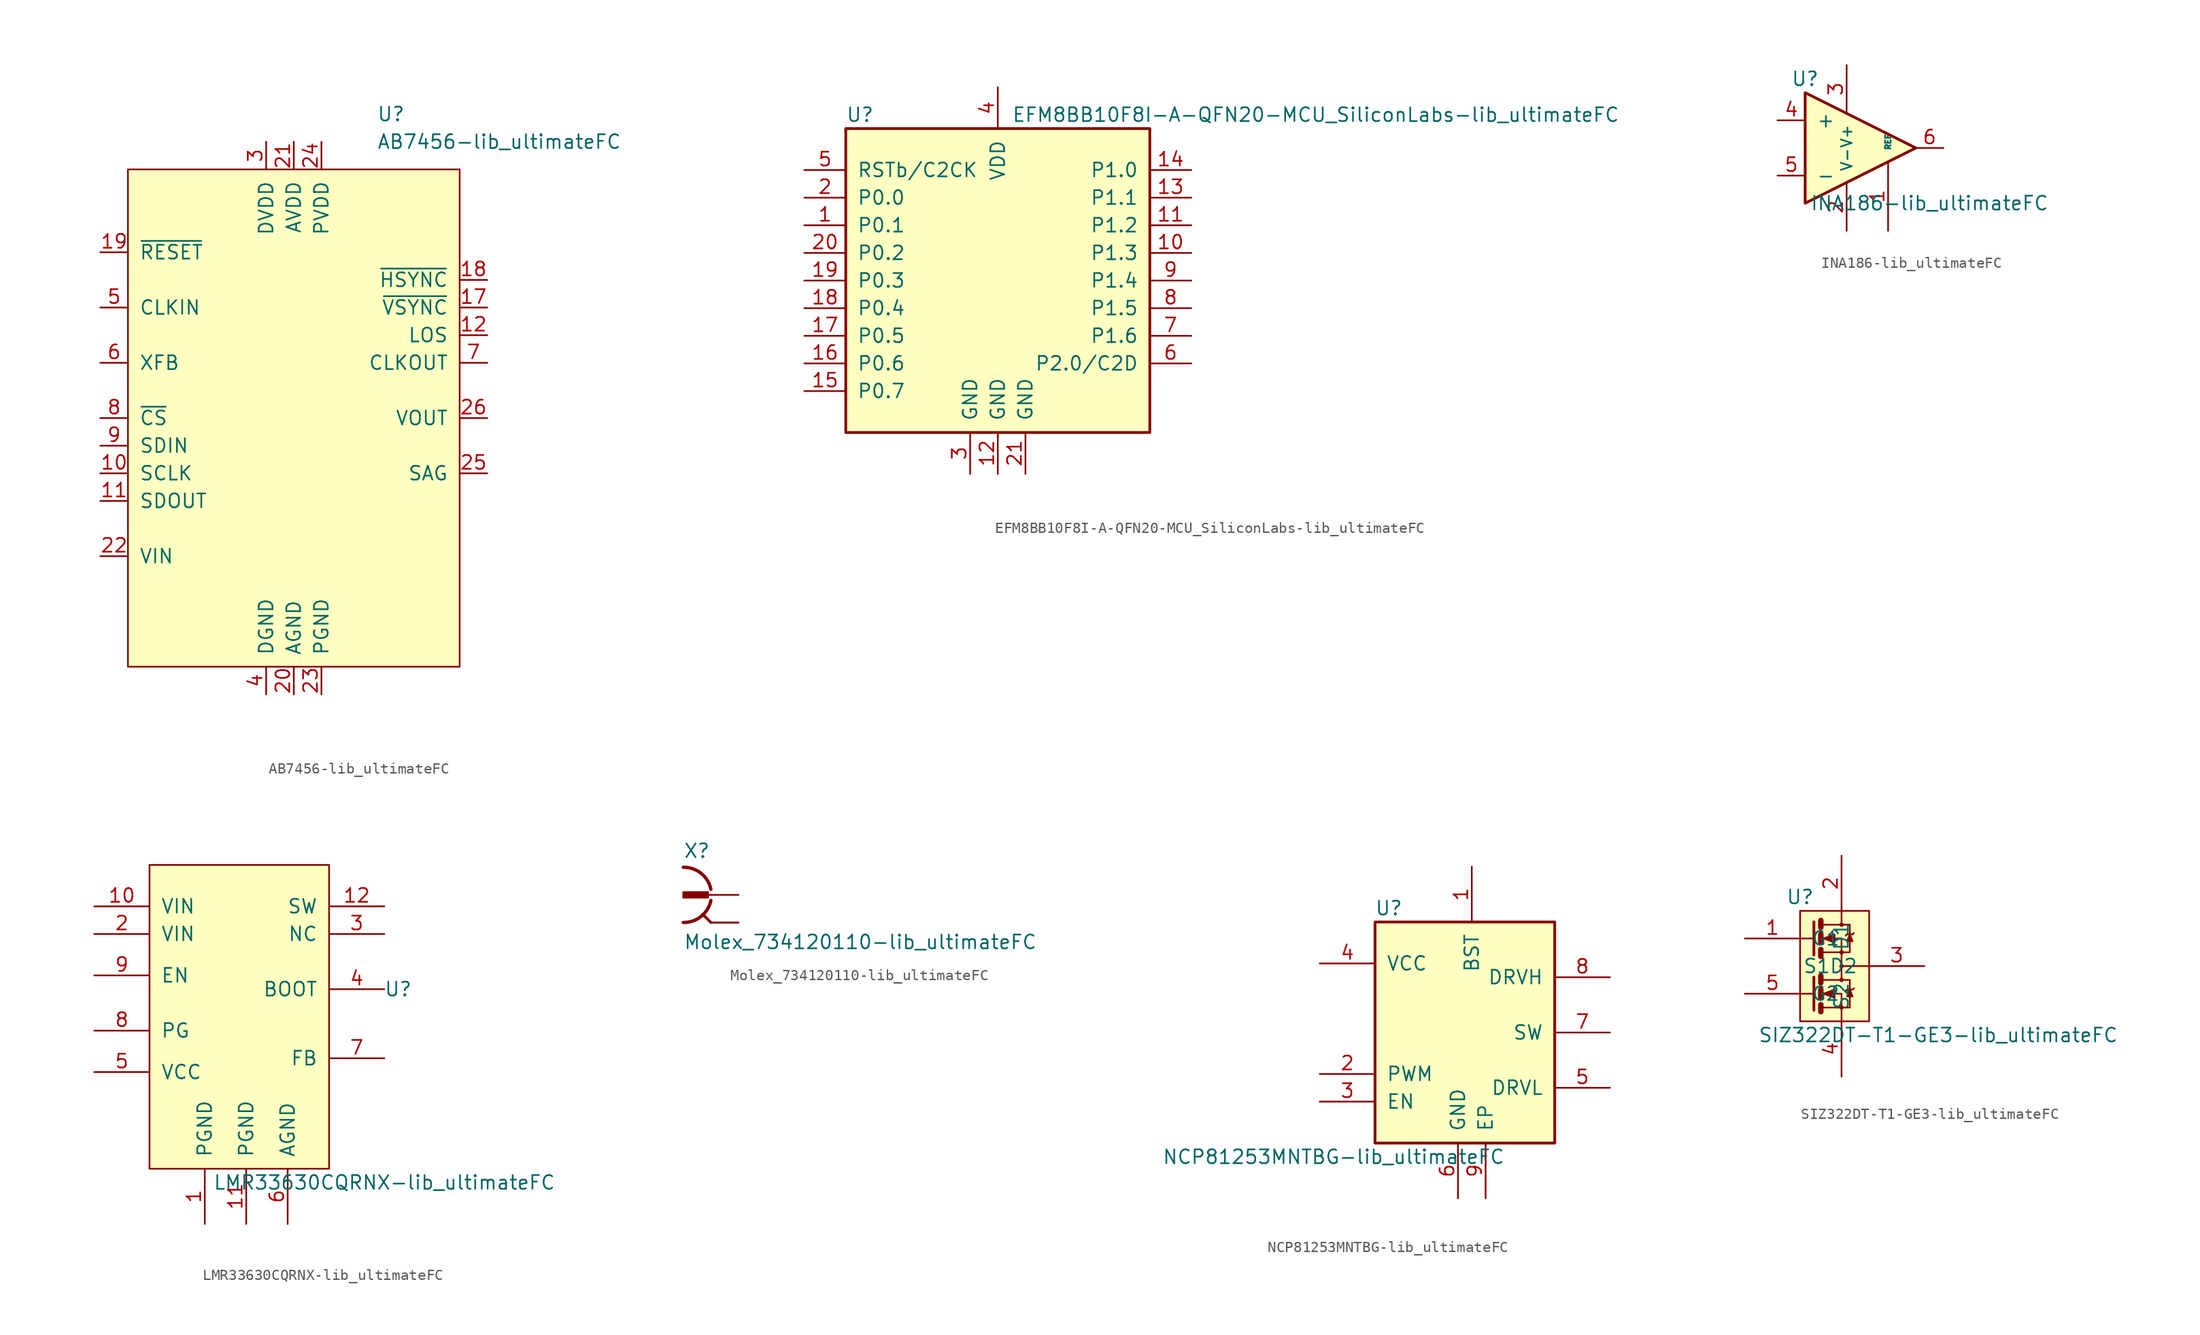
<source format=kicad_sym>
(kicad_symbol_lib
  (version 20211014)
  (generator kicad_symbol_editor)
  (symbol "AB7456-lib_ultimateFC"
    (pin_names
      (offset 1.016))
    (property "Reference" "U"
      (at 7.62 27.94 0)
      (effects (font (size 1.27 1.27)) (justify left)))
    (property "Value" "AB7456-lib_ultimateFC"
      (at 7.62 25.4 0)
      (effects (font (size 1.27 1.27)) (justify left)))
    (symbol "AB7456-lib_ultimateFC_0_1"
      (rectangle (start -15.24 22.86) (end 15.24 -22.86) (stroke (width 0) (type default) (color 0 0 0 0)) (fill (type background))))
    (symbol "AB7456-lib_ultimateFC_1_1"
      (pin no_connect line (at -15.24 20.32 0) (length 0) hide (name "NC" (effects (font (size 1.27 1.27)))) (number "1" (effects (font (size 1.27 1.27)))))
      (pin input line (at -17.78 -5.08 0) (length 2.54) (name "SCLK" (effects (font (size 1.27 1.27)))) (number "10" (effects (font (size 1.27 1.27)))))
      (pin output line (at -17.78 -7.62 0) (length 2.54) (name "SDOUT" (effects (font (size 1.27 1.27)))) (number "11" (effects (font (size 1.27 1.27)))))
      (pin open_collector line (at 17.78 7.62 180) (length 2.54) (name "LOS" (effects (font (size 1.27 1.27)))) (number "12" (effects (font (size 1.27 1.27)))))
      (pin no_connect line (at -15.24 -17.78 0) (length 0) hide (name "NC" (effects (font (size 1.27 1.27)))) (number "13" (effects (font (size 1.27 1.27)))))
      (pin no_connect line (at -15.24 -20.32 0) (length 0) hide (name "NC" (effects (font (size 1.27 1.27)))) (number "14" (effects (font (size 1.27 1.27)))))
      (pin no_connect line (at 15.24 -20.32 180) (length 0) hide (name "NC" (effects (font (size 1.27 1.27)))) (number "15" (effects (font (size 1.27 1.27)))))
      (pin no_connect line (at 15.24 -17.78 180) (length 0) hide (name "NC" (effects (font (size 1.27 1.27)))) (number "16" (effects (font (size 1.27 1.27)))))
      (pin open_collector line (at 17.78 10.16 180) (length 2.54) (name "~{VSYNC}" (effects (font (size 1.27 1.27)))) (number "17" (effects (font (size 1.27 1.27)))))
      (pin open_collector line (at 17.78 12.7 180) (length 2.54) (name "~{HSYNC}" (effects (font (size 1.27 1.27)))) (number "18" (effects (font (size 1.27 1.27)))))
      (pin input line (at -17.78 15.24 0) (length 2.54) (name "~{RESET}" (effects (font (size 1.27 1.27)))) (number "19" (effects (font (size 1.27 1.27)))))
      (pin no_connect line (at -15.24 17.78 0) (length 0) hide (name "NC" (effects (font (size 1.27 1.27)))) (number "2" (effects (font (size 1.27 1.27)))))
      (pin power_in line (at 0 -25.4 90) (length 2.54) (name "AGND" (effects (font (size 1.27 1.27)))) (number "20" (effects (font (size 1.27 1.27)))))
      (pin power_in line (at 0 25.4 270) (length 2.54) (name "AVDD" (effects (font (size 1.27 1.27)))) (number "21" (effects (font (size 1.27 1.27)))))
      (pin input line (at -17.78 -12.7 0) (length 2.54) (name "VIN" (effects (font (size 1.27 1.27)))) (number "22" (effects (font (size 1.27 1.27)))))
      (pin power_in line (at 2.54 -25.4 90) (length 2.54) (name "PGND" (effects (font (size 1.27 1.27)))) (number "23" (effects (font (size 1.27 1.27)))))
      (pin power_in line (at 2.54 25.4 270) (length 2.54) (name "PVDD" (effects (font (size 1.27 1.27)))) (number "24" (effects (font (size 1.27 1.27)))))
      (pin input line (at 17.78 -5.08 180) (length 2.54) (name "SAG" (effects (font (size 1.27 1.27)))) (number "25" (effects (font (size 1.27 1.27)))))
      (pin output line (at 17.78 0 180) (length 2.54) (name "VOUT" (effects (font (size 1.27 1.27)))) (number "26" (effects (font (size 1.27 1.27)))))
      (pin no_connect line (at 15.24 17.78 180) (length 0) hide (name "NC" (effects (font (size 1.27 1.27)))) (number "27" (effects (font (size 1.27 1.27)))))
      (pin no_connect line (at 15.24 20.32 180) (length 0) hide (name "NC" (effects (font (size 1.27 1.27)))) (number "28" (effects (font (size 1.27 1.27)))))
      (pin power_in line (at -2.54 25.4 270) (length 2.54) (name "DVDD" (effects (font (size 1.27 1.27)))) (number "3" (effects (font (size 1.27 1.27)))))
      (pin power_in line (at -2.54 -25.4 90) (length 2.54) (name "DGND" (effects (font (size 1.27 1.27)))) (number "4" (effects (font (size 1.27 1.27)))))
      (pin input line (at -17.78 10.16 0) (length 2.54) (name "CLKIN" (effects (font (size 1.27 1.27)))) (number "5" (effects (font (size 1.27 1.27)))))
      (pin output line (at -17.78 5.08 0) (length 2.54) (name "XFB" (effects (font (size 1.27 1.27)))) (number "6" (effects (font (size 1.27 1.27)))))
      (pin output line (at 17.78 5.08 180) (length 2.54) (name "CLKOUT" (effects (font (size 1.27 1.27)))) (number "7" (effects (font (size 1.27 1.27)))))
      (pin input line (at -17.78 0 0) (length 2.54) (name "~{CS}" (effects (font (size 1.27 1.27)))) (number "8" (effects (font (size 1.27 1.27)))))
      (pin input line (at -17.78 -2.54 0) (length 2.54) (name "SDIN" (effects (font (size 1.27 1.27)))) (number "9" (effects (font (size 1.27 1.27)))))))
  (symbol "EFM8BB10F8I-A-QFN20-MCU_SiliconLabs-lib_ultimateFC"
    (pin_names
      (offset 1.016))
    (property "Reference" "U"
      (at -13.97 15.24 0)
      (effects (font (size 1.27 1.27)) (justify left)))
    (property "Value" "EFM8BB10F8I-A-QFN20-MCU_SiliconLabs-lib_ultimateFC"
      (at 1.27 15.24 0)
      (effects (font (size 1.27 1.27)) (justify left)))
    (symbol "EFM8BB10F8I-A-QFN20-MCU_SiliconLabs-lib_ultimateFC_0_1"
      (rectangle (start -13.97 13.97) (end 13.97 -13.97) (stroke (width 0.254) (type default) (color 0 0 0 0)) (fill (type background)))
      (pin bidirectional line (at -17.78 5.08 0) (length 3.81) (name "P0.1" (effects (font (size 1.27 1.27)))) (number "1" (effects (font (size 1.27 1.27)))))
      (pin bidirectional line (at 17.78 2.54 180) (length 3.81) (name "P1.3" (effects (font (size 1.27 1.27)))) (number "10" (effects (font (size 1.27 1.27)))))
      (pin bidirectional line (at 17.78 5.08 180) (length 3.81) (name "P1.2" (effects (font (size 1.27 1.27)))) (number "11" (effects (font (size 1.27 1.27)))))
      (pin power_in line (at 0 -17.78 90) (length 3.81) (name "GND" (effects (font (size 1.27 1.27)))) (number "12" (effects (font (size 1.27 1.27)))))
      (pin bidirectional line (at 17.78 7.62 180) (length 3.81) (name "P1.1" (effects (font (size 1.27 1.27)))) (number "13" (effects (font (size 1.27 1.27)))))
      (pin bidirectional line (at 17.78 10.16 180) (length 3.81) (name "P1.0" (effects (font (size 1.27 1.27)))) (number "14" (effects (font (size 1.27 1.27)))))
      (pin bidirectional line (at -17.78 -10.16 0) (length 3.81) (name "P0.7" (effects (font (size 1.27 1.27)))) (number "15" (effects (font (size 1.27 1.27)))))
      (pin bidirectional line (at -17.78 -7.62 0) (length 3.81) (name "P0.6" (effects (font (size 1.27 1.27)))) (number "16" (effects (font (size 1.27 1.27)))))
      (pin bidirectional line (at -17.78 -5.08 0) (length 3.81) (name "P0.5" (effects (font (size 1.27 1.27)))) (number "17" (effects (font (size 1.27 1.27)))))
      (pin bidirectional line (at -17.78 -2.54 0) (length 3.81) (name "P0.4" (effects (font (size 1.27 1.27)))) (number "18" (effects (font (size 1.27 1.27)))))
      (pin bidirectional line (at -17.78 0 0) (length 3.81) (name "P0.3" (effects (font (size 1.27 1.27)))) (number "19" (effects (font (size 1.27 1.27)))))
      (pin bidirectional line (at -17.78 7.62 0) (length 3.81) (name "P0.0" (effects (font (size 1.27 1.27)))) (number "2" (effects (font (size 1.27 1.27)))))
      (pin bidirectional line (at -17.78 2.54 0) (length 3.81) (name "P0.2" (effects (font (size 1.27 1.27)))) (number "20" (effects (font (size 1.27 1.27)))))
      (pin power_in line (at 2.54 -17.78 90) (length 3.81) (name "GND" (effects (font (size 1.27 1.27)))) (number "21" (effects (font (size 1.27 1.27)))))
      (pin power_in line (at -2.54 -17.78 90) (length 3.81) (name "GND" (effects (font (size 1.27 1.27)))) (number "3" (effects (font (size 1.27 1.27)))))
      (pin power_in line (at 0 17.78 270) (length 3.81) (name "VDD" (effects (font (size 1.27 1.27)))) (number "4" (effects (font (size 1.27 1.27)))))
      (pin input line (at -17.78 10.16 0) (length 3.81) (name "RSTb/C2CK" (effects (font (size 1.27 1.27)))) (number "5" (effects (font (size 1.27 1.27)))))
      (pin bidirectional line (at 17.78 -7.62 180) (length 3.81) (name "P2.0/C2D" (effects (font (size 1.27 1.27)))) (number "6" (effects (font (size 1.27 1.27)))))
      (pin bidirectional line (at 17.78 -5.08 180) (length 3.81) (name "P1.6" (effects (font (size 1.27 1.27)))) (number "7" (effects (font (size 1.27 1.27)))))
      (pin bidirectional line (at 17.78 -2.54 180) (length 3.81) (name "P1.5" (effects (font (size 1.27 1.27)))) (number "8" (effects (font (size 1.27 1.27)))))
      (pin bidirectional line (at 17.78 0 180) (length 3.81) (name "P1.4" (effects (font (size 1.27 1.27)))) (number "9" (effects (font (size 1.27 1.27)))))))
  (symbol "INA186-lib_ultimateFC"
    (pin_names
      (offset 1.016))
    (property "Reference" "U"
      (at -2.54 6.35 0)
      (effects (font (size 1.27 1.27))))
    (property "Value" "INA186-lib_ultimateFC"
      (at 8.89 -5.08 0)
      (effects (font (size 1.27 1.27))))
    (symbol "INA186-lib_ultimateFC_1_1"
      (polyline (pts (xy 7.62 0) (xy -2.54 5.08) (xy -2.54 -5.08) (xy 7.62 0)) (stroke (width 0.254) (type default) (color 0 0 0 0)) (fill (type background)))
      (pin input line (at 5.08 -7.62 90) (length 6.35) (name "REF" (effects (font (size 0.508 0.508)))) (number "1" (effects (font (size 1.27 1.27)))))
      (pin power_in line (at 1.27 -7.62 90) (length 4.394) (name "V-" (effects (font (size 0.991 0.991)))) (number "2" (effects (font (size 1.27 1.27)))))
      (pin power_in line (at 1.27 7.62 270) (length 4.394) (name "V+" (effects (font (size 0.991 0.991)))) (number "3" (effects (font (size 1.27 1.27)))))
      (pin input line (at -5.08 2.54 0) (length 2.54) (name "+" (effects (font (size 1.27 1.27)))) (number "4" (effects (font (size 1.27 1.27)))))
      (pin input line (at -5.08 -2.54 0) (length 2.54) (name "-" (effects (font (size 1.27 1.27)))) (number "5" (effects (font (size 1.27 1.27)))))
      (pin output line (at 10.16 0 180) (length 2.54) (name "~" (effects (font (size 1.27 1.27)))) (number "6" (effects (font (size 1.27 1.27)))))))
  (symbol "LMR33630CQRNX-lib_ultimateFC"
    (pin_names
      (offset 1.016))
    (property "Reference" "U"
      (at 13.97 0 0)
      (effects (font (size 1.27 1.27))))
    (property "Value" "LMR33630CQRNX-lib_ultimateFC"
      (at 12.7 -17.78 0)
      (effects (font (size 1.27 1.27))))
    (symbol "LMR33630CQRNX-lib_ultimateFC_0_1"
      (rectangle (start -8.89 11.43) (end 7.62 -16.51) (stroke (width 0) (type default) (color 0 0 0 0)) (fill (type background))))
    (symbol "LMR33630CQRNX-lib_ultimateFC_1_1"
      (pin input line (at -3.81 -21.59 90) (length 5.08) (name "PGND" (effects (font (size 1.27 1.27)))) (number "1" (effects (font (size 1.27 1.27)))))
      (pin input line (at -13.97 7.62 0) (length 5.08) (name "VIN" (effects (font (size 1.27 1.27)))) (number "10" (effects (font (size 1.27 1.27)))))
      (pin input line (at 0 -21.59 90) (length 5.08) (name "PGND" (effects (font (size 1.27 1.27)))) (number "11" (effects (font (size 1.27 1.27)))))
      (pin input line (at 12.7 7.62 180) (length 5.08) (name "SW" (effects (font (size 1.27 1.27)))) (number "12" (effects (font (size 1.27 1.27)))))
      (pin input line (at -13.97 5.08 0) (length 5.08) (name "VIN" (effects (font (size 1.27 1.27)))) (number "2" (effects (font (size 1.27 1.27)))))
      (pin input line (at 12.7 5.08 180) (length 5.08) (name "NC" (effects (font (size 1.27 1.27)))) (number "3" (effects (font (size 1.27 1.27)))))
      (pin input line (at 12.7 0 180) (length 5.08) (name "BOOT" (effects (font (size 1.27 1.27)))) (number "4" (effects (font (size 1.27 1.27)))))
      (pin input line (at -13.97 -7.62 0) (length 5.08) (name "VCC" (effects (font (size 1.27 1.27)))) (number "5" (effects (font (size 1.27 1.27)))))
      (pin input line (at 3.81 -21.59 90) (length 5.08) (name "AGND" (effects (font (size 1.27 1.27)))) (number "6" (effects (font (size 1.27 1.27)))))
      (pin input line (at 12.7 -6.35 180) (length 5.08) (name "FB" (effects (font (size 1.27 1.27)))) (number "7" (effects (font (size 1.27 1.27)))))
      (pin input line (at -13.97 -3.81 0) (length 5.08) (name "PG" (effects (font (size 1.27 1.27)))) (number "8" (effects (font (size 1.27 1.27)))))
      (pin input line (at -13.97 1.27 0) (length 5.08) (name "EN" (effects (font (size 1.27 1.27)))) (number "9" (effects (font (size 1.27 1.27)))))))
  (symbol "Molex_734120110-lib_ultimateFC"
    (pin_numbers hide)
    (pin_names
      (offset 1.016) hide)
    (property "Reference" "X"
      (at -2.54 3.302 0)
      (effects (font (size 1.27 1.27)) (justify left bottom)))
    (property "Value" "Molex_734120110-lib_ultimateFC"
      (at -2.54 -5.08 0)
      (effects (font (size 1.27 1.27)) (justify left bottom)))
    (symbol "Molex_734120110-lib_ultimateFC_0_0"
      (arc (start -2.54 -2.54) (mid -0.9022 -1.9838) (end 0 -0.508) (stroke (width 0.3048) (type default) (color 0 0 0 0)) (fill (type none)))
      (rectangle (start -2.54 -0.254) (end -0.254 0.254) (stroke (width 0) (type default) (color 0 0 0 0)) (fill (type outline)))
      (polyline (pts (xy 0 -2.54) (xy -0.762 -1.778)) (stroke (width 0.254) (type default) (color 0 0 0 0)) (fill (type none)))
      (polyline (pts (xy 0 0) (xy -0.508 0)) (stroke (width 0.152) (type default) (color 0 0 0 0)) (fill (type none)))
      (arc (start 0 0.508) (mid -0.9022 1.9838) (end -2.54 2.54) (stroke (width 0.3048) (type default) (color 0 0 0 0)) (fill (type none)))
      (pin passive line (at 2.54 0 180) (length 2.54) (name "1" (effects (font (size 1.016 1.016)))) (number "1" (effects (font (size 1.016 1.016)))))
      (pin passive line (at 2.54 -2.54 180) (length 2.54) (name "2" (effects (font (size 1.016 1.016)))) (number "S@1" (effects (font (size 1.016 1.016)))))
      (pin passive line (at 2.54 -2.54 180) (length 2.54) (name "2" (effects (font (size 1.016 1.016)))) (number "S@2" (effects (font (size 1.016 1.016)))))
      (pin passive line (at 2.54 -2.54 180) (length 2.54) (name "2" (effects (font (size 1.016 1.016)))) (number "S@3" (effects (font (size 1.016 1.016)))))))
  (symbol "NCP81253MNTBG-lib_ultimateFC"
    (pin_names
      (offset 1.016))
    (property "Reference" "U"
      (at -7.62 11.43 0)
      (effects (font (size 1.27 1.27))))
    (property "Value" "NCP81253MNTBG-lib_ultimateFC"
      (at -12.7 -11.43 0)
      (effects (font (size 1.27 1.27))))
    (symbol "NCP81253MNTBG-lib_ultimateFC_1_1"
      (rectangle (start -8.89 -10.16) (end 7.62 10.16) (stroke (width 0.254) (type default) (color 0 0 0 0)) (fill (type background)))
      (pin input line (at 0 15.24 270) (length 5.08) (name "BST" (effects (font (size 1.27 1.27)))) (number "1" (effects (font (size 1.27 1.27)))))
      (pin input line (at -13.97 -3.81 0) (length 5.08) (name "PWM" (effects (font (size 1.27 1.27)))) (number "2" (effects (font (size 1.27 1.27)))))
      (pin input line (at -13.97 -6.35 0) (length 5.08) (name "EN" (effects (font (size 1.27 1.27)))) (number "3" (effects (font (size 1.27 1.27)))))
      (pin power_in line (at -13.97 6.35 0) (length 5.08) (name "VCC" (effects (font (size 1.27 1.27)))) (number "4" (effects (font (size 1.27 1.27)))))
      (pin output line (at 12.7 -5.08 180) (length 5.08) (name "DRVL" (effects (font (size 1.27 1.27)))) (number "5" (effects (font (size 1.27 1.27)))))
      (pin power_in line (at -1.27 -15.24 90) (length 5.08) (name "GND" (effects (font (size 1.27 1.27)))) (number "6" (effects (font (size 1.27 1.27)))))
      (pin passive line (at 12.7 0 180) (length 5.08) (name "SW" (effects (font (size 1.27 1.27)))) (number "7" (effects (font (size 1.27 1.27)))))
      (pin output line (at 12.7 5.08 180) (length 5.08) (name "DRVH" (effects (font (size 1.27 1.27)))) (number "8" (effects (font (size 1.27 1.27)))))
      (pin power_in line (at 1.27 -15.24 90) (length 5.08) (name "EP" (effects (font (size 1.27 1.27)))) (number "9" (effects (font (size 1.27 1.27)))))))
  (symbol "SIZ322DT-T1-GE3-lib_ultimateFC"
    (pin_names
      (offset 1.016))
    (property "Reference" "U"
      (at -3.81 6.35 0)
      (effects (font (size 1.27 1.27))))
    (property "Value" "SIZ322DT-T1-GE3-lib_ultimateFC"
      (at 8.89 -6.35 0)
      (effects (font (size 1.27 1.27))))
    (symbol "SIZ322DT-T1-GE3-lib_ultimateFC_1_1"
      (rectangle (start -3.81 5.08) (end 2.54 -5.08) (stroke (width 0) (type default) (color 0 0 0 0)) (fill (type background)))
      (circle (center 0 -3.81) (radius 0.127) (stroke (width 0) (type default) (color 0 0 0 0)) (fill (type none)))
      (circle (center 0 -1.27) (radius 0.127) (stroke (width 0) (type default) (color 0 0 0 0)) (fill (type none)))
      (polyline (pts (xy -3.81 -2.54) (xy -2.54 -2.54)) (stroke (width 0) (type default) (color 0 0 0 0)) (fill (type none)))
      (polyline (pts (xy -3.81 2.54) (xy -2.54 2.54)) (stroke (width 0) (type default) (color 0 0 0 0)) (fill (type none)))
      (polyline (pts (xy -1.905 -3.556) (xy -1.905 -4.191)) (stroke (width 0.508) (type default) (color 0 0 0 0)) (fill (type none)))
      (polyline (pts (xy -1.905 -2.159) (xy -1.905 -2.921)) (stroke (width 0.508) (type default) (color 0 0 0 0)) (fill (type none)))
      (polyline (pts (xy -1.905 -0.889) (xy -1.905 -1.524)) (stroke (width 0.508) (type default) (color 0 0 0 0)) (fill (type none)))
      (polyline (pts (xy -1.905 1.524) (xy -1.905 0.889)) (stroke (width 0.508) (type default) (color 0 0 0 0)) (fill (type none)))
      (polyline (pts (xy -1.905 2.921) (xy -1.905 2.159)) (stroke (width 0.508) (type default) (color 0 0 0 0)) (fill (type none)))
      (polyline (pts (xy -1.905 4.191) (xy -1.905 3.556)) (stroke (width 0.508) (type default) (color 0 0 0 0)) (fill (type none)))
      (polyline (pts (xy 0 0) (xy 2.54 0)) (stroke (width 0) (type default) (color 0 0 0 0)) (fill (type none)))
      (polyline (pts (xy 0.508 -2.159) (xy 0.381 -2.286)) (stroke (width 0) (type default) (color 0 0 0 0)) (fill (type none)))
      (polyline (pts (xy 0.508 -2.159) (xy 1.016 -2.159)) (stroke (width 0) (type default) (color 0 0 0 0)) (fill (type none)))
      (polyline (pts (xy 0.508 2.921) (xy 0.381 2.794)) (stroke (width 0) (type default) (color 0 0 0 0)) (fill (type none)))
      (polyline (pts (xy 0.508 2.921) (xy 1.016 2.921)) (stroke (width 0) (type default) (color 0 0 0 0)) (fill (type none)))
      (polyline (pts (xy 1.016 -2.159) (xy 1.143 -2.032)) (stroke (width 0) (type default) (color 0 0 0 0)) (fill (type none)))
      (polyline (pts (xy 1.016 2.921) (xy 1.143 3.048)) (stroke (width 0) (type default) (color 0 0 0 0)) (fill (type none)))
      (polyline (pts (xy -2.54 -1.016) (xy -2.54 -4.064) (xy -2.54 -4.064)) (stroke (width 0.254) (type default) (color 0 0 0 0)) (fill (type none)))
      (polyline (pts (xy -2.54 4.064) (xy -2.54 1.016) (xy -2.54 1.016)) (stroke (width 0.254) (type default) (color 0 0 0 0)) (fill (type none)))
      (polyline (pts (xy -1.778 -3.81) (xy 0 -3.81) (xy 0 -5.08) (xy 0 -5.08)) (stroke (width 0) (type default) (color 0 0 0 0)) (fill (type none)))
      (polyline (pts (xy -1.778 -1.27) (xy 0 -1.27) (xy 0 0) (xy 0 0)) (stroke (width 0) (type default) (color 0 0 0 0)) (fill (type none)))
      (polyline (pts (xy -1.778 1.27) (xy 0 1.27) (xy 0 0) (xy 0 0)) (stroke (width 0) (type default) (color 0 0 0 0)) (fill (type none)))
      (polyline (pts (xy -1.778 3.81) (xy 0 3.81) (xy 0 5.08) (xy 0 5.08)) (stroke (width 0) (type default) (color 0 0 0 0)) (fill (type none)))
      (polyline (pts (xy 0 -1.27) (xy 0.762 -1.27) (xy 0.762 -3.81) (xy 0 -3.81)) (stroke (width 0) (type default) (color 0 0 0 0)) (fill (type none)))
      (polyline (pts (xy 0 3.81) (xy 0.762 3.81) (xy 0.762 1.27) (xy 0 1.27)) (stroke (width 0) (type default) (color 0 0 0 0)) (fill (type none)))
      (polyline (pts (xy 0.762 -2.159) (xy 0.508 -2.794) (xy 1.016 -2.794) (xy 0.762 -2.159)) (stroke (width 0) (type default) (color 0 0 0 0)) (fill (type outline)))
      (polyline (pts (xy 0.762 2.921) (xy 0.508 2.286) (xy 1.016 2.286) (xy 0.762 2.921)) (stroke (width 0) (type default) (color 0 0 0 0)) (fill (type outline)))
      (polyline (pts (xy -1.778 -2.54) (xy -1.27 -2.54) (xy 0 -2.54) (xy 0 -3.81) (xy 0 -3.81)) (stroke (width 0) (type default) (color 0 0 0 0)) (fill (type none)))
      (polyline (pts (xy -1.778 2.54) (xy -1.27 2.54) (xy 0 2.54) (xy 0 1.27) (xy 0 1.27)) (stroke (width 0) (type default) (color 0 0 0 0)) (fill (type none)))
      (polyline (pts (xy -1.651 -2.54) (xy -0.635 -2.159) (xy -0.635 -2.921) (xy -1.651 -2.54) (xy -1.524 -2.54) (xy -1.524 -2.54)) (stroke (width 0) (type default) (color 0 0 0 0)) (fill (type outline)))
      (polyline (pts (xy -1.651 2.54) (xy -0.635 2.921) (xy -0.635 2.159) (xy -1.651 2.54) (xy -1.524 2.54) (xy -1.524 2.54)) (stroke (width 0) (type default) (color 0 0 0 0)) (fill (type outline)))
      (circle (center 0 0) (radius 0.127) (stroke (width 0) (type default) (color 0 0 0 0)) (fill (type none)))
      (circle (center 0 1.27) (radius 0.127) (stroke (width 0) (type default) (color 0 0 0 0)) (fill (type none)))
      (circle (center 0 3.81) (radius 0.127) (stroke (width 0) (type default) (color 0 0 0 0)) (fill (type none)))
      (pin input line (at -8.89 2.54 0) (length 5.08) (name "G1" (effects (font (size 1.27 1.27)))) (number "1" (effects (font (size 1.27 1.27)))))
      (pin input line (at 0 10.16 270) (length 5.08) (name "D1" (effects (font (size 1.27 1.27)))) (number "2" (effects (font (size 1.27 1.27)))))
      (pin bidirectional line (at 7.62 0 180) (length 5.08) (name "S1D2" (effects (font (size 1.27 1.27)))) (number "3" (effects (font (size 1.27 1.27)))))
      (pin output line (at 0 -10.16 90) (length 5.08) (name "S2" (effects (font (size 1.27 1.27)))) (number "4" (effects (font (size 1.27 1.27)))))
      (pin input line (at -8.89 -2.54 0) (length 5.08) (name "G2" (effects (font (size 1.27 1.27)))) (number "5" (effects (font (size 1.27 1.27))))))))
</source>
